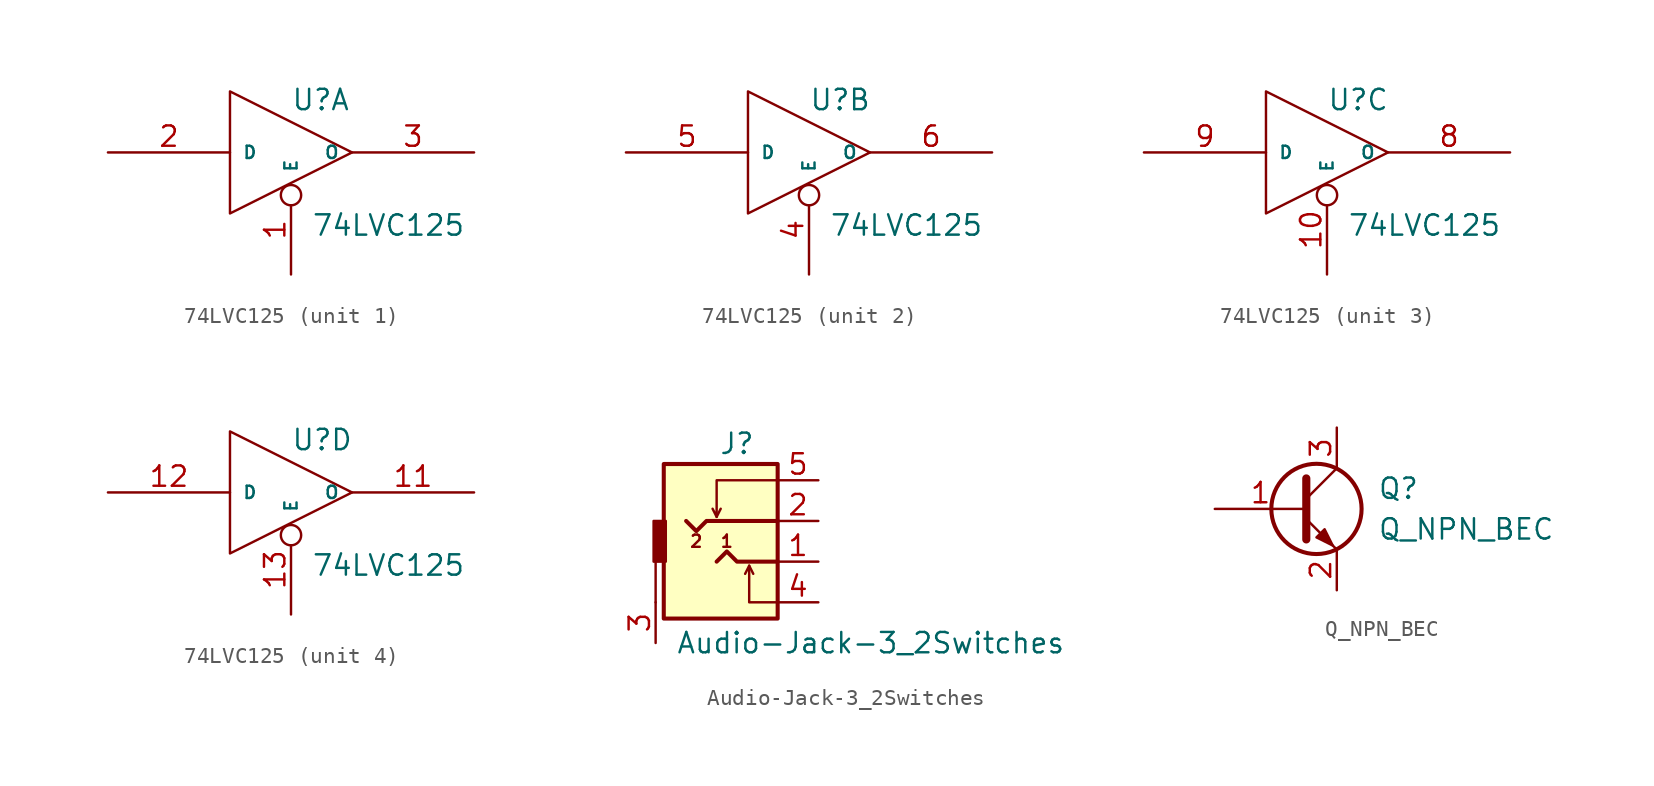
<source format=kicad_sym>
(kicad_symbol_lib
  (version 20220914)
  (generator kicad_symbol_editor)
  (symbol "74LVC125"
    (pin_names
      (offset 0.762))
    (property "Reference" "U"
      (at 0 2.54 0)
      (effects (font (size 1.27 1.27)) (justify left bottom)))
    (property "Value" "74LVC125"
      (at 1.27 -3.81 0)
      (effects (font (size 1.27 1.27)) (justify left top)))
    (symbol "74LVC125_0_0"
      (pin power_in line (at -3.81 3.81 270) (length 0) hide (name "VCC" (effects (font (size 0.762 0.762)))) (number "14" (effects (font (size 1.27 1.27)))))
      (pin power_in line (at -3.81 -3.81 90) (length 0) hide (name "GND" (effects (font (size 0.762 0.762)))) (number "7" (effects (font (size 1.27 1.27))))))
    (symbol "74LVC125_0_1"
      (polyline (pts (xy -3.81 3.81) (xy -3.81 -3.81) (xy 3.81 0) (xy -3.81 3.81)) (stroke (width 0) (type solid)) (fill (type none))))
    (symbol "74LVC125_1_0"
      (pin input inverted (at 0 -7.62 90) (length 5.588) (name "E" (effects (font (size 0.762 0.762)))) (number "1" (effects (font (size 1.27 1.27))))))
    (symbol "74LVC125_1_1"
      (pin input line (at -11.43 0 0) (length 7.62) (name "D" (effects (font (size 0.762 0.762)))) (number "2" (effects (font (size 1.27 1.27)))))
      (pin tri_state line (at 11.43 0 180) (length 7.62) (name "O" (effects (font (size 0.762 0.762)))) (number "3" (effects (font (size 1.27 1.27))))))
    (symbol "74LVC125_2_0"
      (pin input inverted (at 0 -7.62 90) (length 5.588) (name "E" (effects (font (size 0.762 0.762)))) (number "4" (effects (font (size 1.27 1.27))))))
    (symbol "74LVC125_2_1"
      (pin input line (at -11.43 0 0) (length 7.62) (name "D" (effects (font (size 0.762 0.762)))) (number "5" (effects (font (size 1.27 1.27)))))
      (pin tri_state line (at 11.43 0 180) (length 7.62) (name "O" (effects (font (size 0.762 0.762)))) (number "6" (effects (font (size 1.27 1.27))))))
    (symbol "74LVC125_3_0"
      (pin input inverted (at 0 -7.62 90) (length 5.588) (name "E" (effects (font (size 0.762 0.762)))) (number "10" (effects (font (size 1.27 1.27))))))
    (symbol "74LVC125_3_1"
      (pin tri_state line (at 11.43 0 180) (length 7.62) (name "O" (effects (font (size 0.762 0.762)))) (number "8" (effects (font (size 1.27 1.27)))))
      (pin input line (at -11.43 0 0) (length 7.62) (name "D" (effects (font (size 0.762 0.762)))) (number "9" (effects (font (size 1.27 1.27))))))
    (symbol "74LVC125_4_0"
      (pin input inverted (at 0 -7.62 90) (length 5.588) (name "E" (effects (font (size 0.762 0.762)))) (number "13" (effects (font (size 1.27 1.27))))))
    (symbol "74LVC125_4_1"
      (pin tri_state line (at 11.43 0 180) (length 7.62) (name "O" (effects (font (size 0.762 0.762)))) (number "11" (effects (font (size 1.27 1.27)))))
      (pin input line (at -11.43 0 0) (length 7.62) (name "D" (effects (font (size 0.762 0.762)))) (number "12" (effects (font (size 1.27 1.27)))))))
  (symbol "Audio-Jack-3_2Switches"
    (pin_names
      (offset 1.016))
    (property "Reference" "J"
      (at 0 7.366 0)
      (effects (font (size 1.27 1.27))))
    (property "Value" "Audio-Jack-3_2Switches"
      (at -3.81 -5.08 0)
      (effects (font (size 1.27 1.27)) (justify left)))
    (symbol "Audio-Jack-3_2Switches_0_0"
      (rectangle (start -4.572 6.096) (end 2.54 -3.556) (stroke (width 0.254) (type solid)) (fill (type background)))
      (polyline (pts (xy -5.08 -2.54) (xy -5.08 0)) (stroke (width 0) (type solid)) (fill (type none)))
      (polyline (pts (xy -1.27 2.794) (xy -1.016 3.302)) (stroke (width 0) (type solid)) (fill (type none)))
      (polyline (pts (xy 1.016 -0.762) (xy 0.762 -0.254)) (stroke (width 0) (type solid)) (fill (type none)))
      (polyline (pts (xy 2.54 -2.54) (xy 0.762 -2.54) (xy 0.762 -0.254) (xy 0.508 -0.762)) (stroke (width 0) (type solid)) (fill (type none)))
      (polyline (pts (xy 2.54 5.08) (xy -1.27 5.08) (xy -1.27 2.794) (xy -1.524 3.302)) (stroke (width 0) (type solid)) (fill (type none)))
      (text "1" (at -0.635 1.27 0) (effects (font (size 0.762 0.762))))
      (text "2" (at -2.54 1.27 0) (effects (font (size 0.762 0.762)))))
    (symbol "Audio-Jack-3_2Switches_0_1"
      (rectangle (start -4.445 0) (end -5.207 2.54) (stroke (width 0) (type solid)) (fill (type outline)))
      (polyline (pts (xy -1.27 0) (xy -0.635 0.635) (xy 0 0) (xy 2.54 0)) (stroke (width 0.254) (type solid)) (fill (type none)))
      (polyline (pts (xy 2.54 2.54) (xy -1.905 2.54) (xy -2.54 1.905) (xy -3.175 2.54)) (stroke (width 0.254) (type solid)) (fill (type none))))
    (symbol "Audio-Jack-3_2Switches_1_1"
      (pin passive line (at 5.08 0 180) (length 2.54) (name "~" (effects (font (size 1.27 1.27)))) (number "1" (effects (font (size 1.27 1.27)))))
      (pin passive line (at 5.08 2.54 180) (length 2.54) (name "~" (effects (font (size 1.27 1.27)))) (number "2" (effects (font (size 1.27 1.27)))))
      (pin passive line (at -5.08 -5.08 90) (length 2.54) (name "~" (effects (font (size 1.27 1.27)))) (number "3" (effects (font (size 1.27 1.27)))))
      (pin passive line (at 5.08 -2.54 180) (length 2.54) (name "~" (effects (font (size 1.27 1.27)))) (number "4" (effects (font (size 1.27 1.27)))))
      (pin passive line (at 5.08 5.08 180) (length 2.54) (name "~" (effects (font (size 1.27 1.27)))) (number "5" (effects (font (size 1.27 1.27)))))))
  (symbol "Q_NPN_BEC"
    (pin_names
      (offset 0) hide)
    (property "Reference" "Q"
      (at 5.08 1.27 0)
      (effects (font (size 1.27 1.27)) (justify left)))
    (property "Value" "Q_NPN_BEC"
      (at 5.08 -1.27 0)
      (effects (font (size 1.27 1.27)) (justify left)))
    (symbol "Q_NPN_BEC_0_1"
      (polyline (pts (xy 0.635 0.635) (xy 2.54 2.54)) (stroke (width 0) (type solid)) (fill (type none)))
      (polyline (pts (xy 0.635 -0.635) (xy 2.54 -2.54) (xy 2.54 -2.54)) (stroke (width 0) (type solid)) (fill (type none)))
      (polyline (pts (xy 0.635 1.905) (xy 0.635 -1.905) (xy 0.635 -1.905)) (stroke (width 0.508) (type solid)) (fill (type none)))
      (polyline (pts (xy 1.27 -1.778) (xy 1.778 -1.27) (xy 2.286 -2.286) (xy 1.27 -1.778) (xy 1.27 -1.778)) (stroke (width 0) (type solid)) (fill (type outline)))
      (circle (center 1.27 0) (radius 2.819) (stroke (width 0.254) (type solid)) (fill (type none))))
    (symbol "Q_NPN_BEC_1_1"
      (pin input line (at -5.08 0 0) (length 5.715) (name "B" (effects (font (size 1.27 1.27)))) (number "1" (effects (font (size 1.27 1.27)))))
      (pin passive line (at 2.54 -5.08 90) (length 2.54) (name "E" (effects (font (size 1.27 1.27)))) (number "2" (effects (font (size 1.27 1.27)))))
      (pin passive line (at 2.54 5.08 270) (length 2.54) (name "C" (effects (font (size 1.27 1.27)))) (number "3" (effects (font (size 1.27 1.27))))))))
</source>
